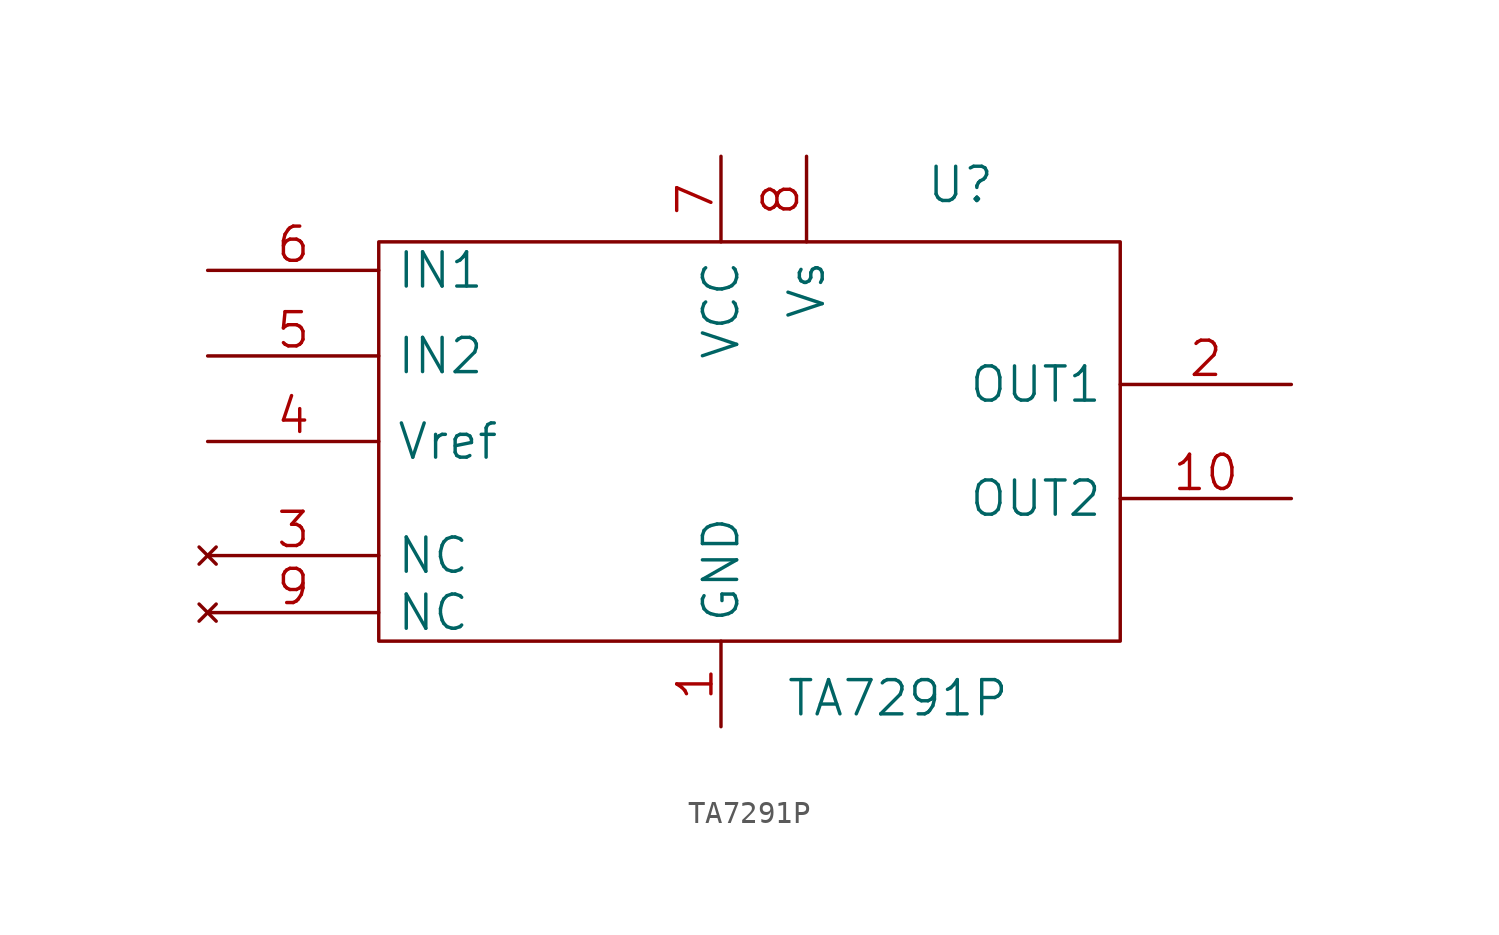
<source format=kicad_sym>
(kicad_symbol_lib
  (version 20220914)
  (generator kicad_symbol_editor)
  (symbol "TA7291P"
    (pin_names
      (offset 0.762))
    (property "Reference" "U"
      (at 9.398 11.43 0)
      (effects (font (size 1.524 1.524))))
    (property "Value" "TA7291P"
      (at 6.604 -11.43 0)
      (effects (font (size 1.524 1.524))))
    (symbol "TA7291P_0_1"
      (rectangle (start -16.51 8.89) (end 16.51 -8.89) (stroke (width 0) (type solid)) (fill (type none))))
    (symbol "TA7291P_1_1"
      (pin power_in line (at -1.27 -12.7 90) (length 3.81) (name "GND" (effects (font (size 1.524 1.524)))) (number "1" (effects (font (size 1.524 1.524)))))
      (pin power_out line (at 24.13 -2.54 180) (length 7.62) (name "OUT2" (effects (font (size 1.524 1.524)))) (number "10" (effects (font (size 1.524 1.524)))))
      (pin power_out line (at 24.13 2.54 180) (length 7.62) (name "OUT1" (effects (font (size 1.524 1.524)))) (number "2" (effects (font (size 1.524 1.524)))))
      (pin no_connect line (at -24.13 -5.08 0) (length 7.62) (name "NC" (effects (font (size 1.524 1.524)))) (number "3" (effects (font (size 1.524 1.524)))))
      (pin input line (at -24.13 0 0) (length 7.62) (name "Vref" (effects (font (size 1.524 1.524)))) (number "4" (effects (font (size 1.524 1.524)))))
      (pin input line (at -24.13 3.81 0) (length 7.62) (name "IN2" (effects (font (size 1.524 1.524)))) (number "5" (effects (font (size 1.524 1.524)))))
      (pin input line (at -24.13 7.62 0) (length 7.62) (name "IN1" (effects (font (size 1.524 1.524)))) (number "6" (effects (font (size 1.524 1.524)))))
      (pin power_in line (at -1.27 12.7 270) (length 3.81) (name "VCC" (effects (font (size 1.524 1.524)))) (number "7" (effects (font (size 1.524 1.524)))))
      (pin power_in line (at 2.54 12.7 270) (length 3.81) (name "Vs" (effects (font (size 1.524 1.524)))) (number "8" (effects (font (size 1.524 1.524)))))
      (pin no_connect line (at -24.13 -7.62 0) (length 7.62) (name "NC" (effects (font (size 1.524 1.524)))) (number "9" (effects (font (size 1.524 1.524))))))))
</source>
